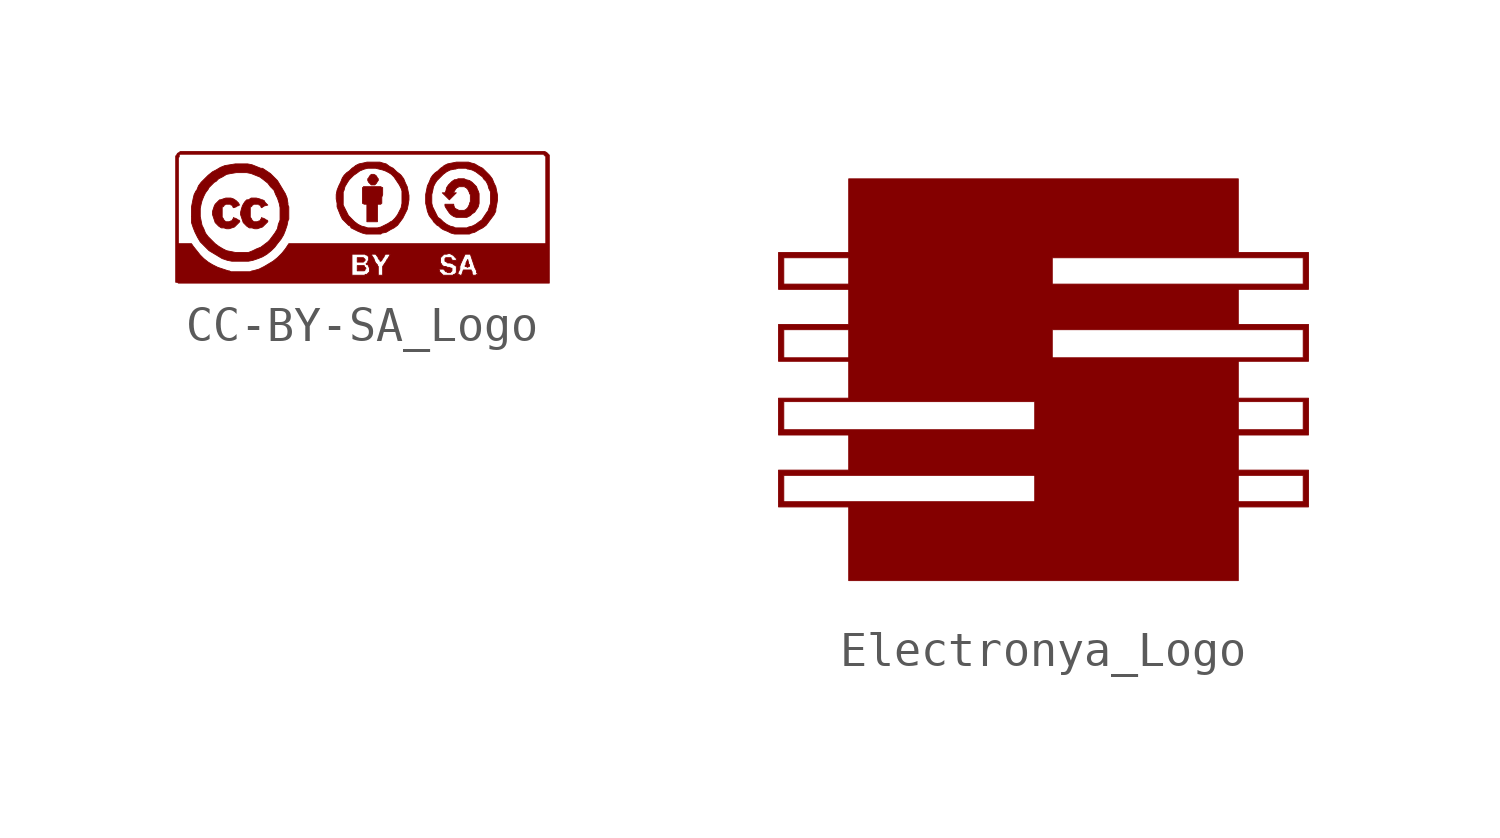
<source format=kicad_sym>
(kicad_symbol_lib
  (version 20211014)
  (generator kicad_symbol_editor)
  (symbol "CC-BY-SA_Logo"
    (pin_names
      (offset 1.016))
    (property "Reference" "#G"
      (at 0 -1.143 0)
      (effects (font (size 1.524 1.524)) hide))
    (symbol "CC-BY-SA_Logo_0_0"
      (polyline (pts (xy 0.076 -1.245) (xy 0.076 -1.219) (xy 0.025 -1.168) (xy -0.152 -1.168) (xy -0.152 -1.295) (xy 0.025 -1.295) (xy 0.076 -1.245)) (stroke (width 0.025) (type default) (color 0 0 0 0)) (fill (type outline)))
      (polyline (pts (xy 0.076 -1.524) (xy 0.076 -1.499) (xy 0.102 -1.473) (xy 0.051 -1.422) (xy 0.051 -1.397) (xy -0.152 -1.397) (xy -0.152 -1.549) (xy 0.051 -1.549) (xy 0.076 -1.524)) (stroke (width 0.025) (type default) (color 0 0 0 0)) (fill (type outline)))
      (polyline (pts (xy 3.073 -1.422) (xy 3.099 -1.422) (xy 3.099 -1.372) (xy 3.073 -1.346) (xy 3.073 -1.321) (xy 3.048 -1.219) (xy 2.997 -1.321) (xy 2.997 -1.372) (xy 2.972 -1.397) (xy 2.972 -1.422) (xy 2.997 -1.422) (xy 3.048 -1.448) (xy 3.073 -1.422)) (stroke (width 0.025) (type default) (color 0 0 0 0)) (fill (type outline)))
      (polyline (pts (xy 0.406 0.991) (xy 0.432 1.041) (xy 0.457 1.067) (xy 0.457 1.118) (xy 0.432 1.143) (xy 0.406 1.194) (xy 0.381 1.219) (xy 0.33 1.245) (xy 0.254 1.245) (xy 0.203 1.194) (xy 0.178 1.143) (xy 0.152 1.118) (xy 0.152 1.067) (xy 0.178 1.016) (xy 0.254 0.94) (xy 0.356 0.94) (xy 0.406 0.991)) (stroke (width 0.025) (type default) (color 0 0 0 0)) (fill (type outline)))
      (polyline (pts (xy 0.432 0.381) (xy 0.533 0.381) (xy 0.533 0.406) (xy 0.559 0.406) (xy 0.559 0.584) (xy 0.584 0.66) (xy 0.584 0.864) (xy 0.559 0.864) (xy 0.533 0.889) (xy 0.025 0.889) (xy 0.025 0.864) (xy 0 0.864) (xy 0 0.406) (xy 0.051 0.381) (xy 0.127 0.381) (xy 0.127 -0.127) (xy 0.432 -0.127) (xy 0.432 0.381)) (stroke (width 0.025) (type default) (color 0 0 0 0)) (fill (type outline)))
      (polyline (pts (xy -3.708 -0.279) (xy -3.556 -0.127) (xy -3.556 -0.102) (xy -3.581 -0.076) (xy -3.607 -0.076) (xy -3.632 -0.051) (xy -3.683 -0.025) (xy -3.708 -0.025) (xy -3.734 0) (xy -3.734 -0.025) (xy -3.759 -0.051) (xy -3.785 -0.102) (xy -3.81 -0.102) (xy -3.861 -0.127) (xy -3.962 -0.127) (xy -4.013 -0.076) (xy -4.039 -0.025) (xy -4.064 0) (xy -4.064 0.305) (xy -4.039 0.305) (xy -4.013 0.33) (xy -4.013 0.356) (xy -3.988 0.356) (xy -3.962 0.381) (xy -3.81 0.381) (xy -3.81 0.356) (xy -3.785 0.356) (xy -3.759 0.33) (xy -3.759 0.305) (xy -3.734 0.279) (xy -3.658 0.305) (xy -3.632 0.33) (xy -3.607 0.33) (xy -3.581 0.356) (xy -3.556 0.356) (xy -3.581 0.381) (xy -3.581 0.406) (xy -3.658 0.483) (xy -3.734 0.533) (xy -3.81 0.559) (xy -3.962 0.559) (xy -4.115 0.508) (xy -4.14 0.508) (xy -4.267 0.381) (xy -4.293 0.33) (xy -4.343 0.178) (xy -4.343 0.076) (xy -4.267 -0.152) (xy -4.166 -0.254) (xy -4.089 -0.305) (xy -4.013 -0.305) (xy -3.937 -0.33) (xy -3.861 -0.33) (xy -3.708 -0.279)) (stroke (width 0.025) (type default) (color 0 0 0 0)) (fill (type outline)))
      (polyline (pts (xy -2.896 -0.279) (xy -2.743 -0.127) (xy -2.743 -0.102) (xy -2.769 -0.076) (xy -2.794 -0.076) (xy -2.819 -0.051) (xy -2.87 -0.025) (xy -2.896 -0.025) (xy -2.921 0) (xy -2.921 -0.025) (xy -2.946 -0.051) (xy -2.972 -0.102) (xy -2.997 -0.102) (xy -3.048 -0.127) (xy -3.15 -0.127) (xy -3.2 -0.076) (xy -3.226 -0.025) (xy -3.251 0) (xy -3.251 0.305) (xy -3.226 0.305) (xy -3.2 0.33) (xy -3.2 0.356) (xy -3.175 0.356) (xy -3.15 0.381) (xy -2.997 0.381) (xy -2.997 0.356) (xy -2.972 0.356) (xy -2.946 0.33) (xy -2.946 0.305) (xy -2.921 0.279) (xy -2.845 0.33) (xy -2.743 0.356) (xy -2.819 0.432) (xy -2.845 0.483) (xy -2.896 0.508) (xy -2.921 0.508) (xy -2.972 0.533) (xy -3.073 0.559) (xy -3.226 0.559) (xy -3.302 0.508) (xy -3.353 0.508) (xy -3.404 0.457) (xy -3.454 0.381) (xy -3.48 0.33) (xy -3.505 0.254) (xy -3.531 0.152) (xy -3.531 0.076) (xy -3.454 -0.152) (xy -3.353 -0.254) (xy -3.277 -0.305) (xy -3.2 -0.305) (xy -3.124 -0.33) (xy -3.048 -0.33) (xy -2.896 -0.279)) (stroke (width 0.025) (type default) (color 0 0 0 0)) (fill (type outline)))
      (polyline (pts (xy 3.124 0.051) (xy 3.175 0.102) (xy 3.251 0.152) (xy 3.353 0.305) (xy 3.378 0.406) (xy 3.378 0.686) (xy 3.353 0.762) (xy 3.327 0.813) (xy 3.302 0.889) (xy 3.175 1.016) (xy 3.099 1.067) (xy 2.997 1.092) (xy 2.946 1.118) (xy 2.769 1.118) (xy 2.718 1.092) (xy 2.667 1.092) (xy 2.591 1.041) (xy 2.489 0.94) (xy 2.438 0.864) (xy 2.413 0.762) (xy 2.388 0.711) (xy 2.311 0.711) (xy 2.515 0.508) (xy 2.718 0.711) (xy 2.642 0.711) (xy 2.642 0.737) (xy 2.667 0.762) (xy 2.692 0.813) (xy 2.743 0.864) (xy 2.769 0.864) (xy 2.769 0.889) (xy 2.972 0.889) (xy 2.972 0.864) (xy 2.997 0.864) (xy 3.048 0.813) (xy 3.099 0.711) (xy 3.099 0.686) (xy 3.124 0.66) (xy 3.124 0.457) (xy 3.099 0.406) (xy 3.099 0.381) (xy 3.048 0.279) (xy 2.997 0.229) (xy 2.946 0.203) (xy 2.794 0.203) (xy 2.692 0.254) (xy 2.667 0.279) (xy 2.642 0.356) (xy 2.642 0.381) (xy 2.388 0.381) (xy 2.388 0.33) (xy 2.413 0.279) (xy 2.515 0.127) (xy 2.565 0.076) (xy 2.642 0.025) (xy 2.718 0) (xy 3.023 0) (xy 3.124 0.051)) (stroke (width 0.025) (type default) (color 0 0 0 0)) (fill (type outline)))
      (polyline (pts (xy 0.559 -0.457) (xy 0.686 -0.432) (xy 0.813 -0.356) (xy 0.914 -0.305) (xy 1.016 -0.229) (xy 1.168 -0.025) (xy 1.295 0.229) (xy 1.321 0.356) (xy 1.346 0.508) (xy 1.346 0.635) (xy 1.295 0.889) (xy 1.245 0.991) (xy 1.194 1.118) (xy 1.118 1.219) (xy 1.092 1.245) (xy 0.991 1.321) (xy 0.889 1.422) (xy 0.787 1.473) (xy 0.686 1.549) (xy 0.584 1.575) (xy 0.508 1.6) (xy 0.127 1.6) (xy 0.025 1.575) (xy -0.102 1.549) (xy -0.203 1.499) (xy -0.229 1.473) (xy -0.305 1.422) (xy -0.381 1.346) (xy -0.457 1.295) (xy -0.533 1.219) (xy -0.584 1.143) (xy -0.635 1.016) (xy -0.686 0.914) (xy -0.737 0.787) (xy -0.762 0.66) (xy -0.762 0.533) (xy -0.737 0.406) (xy -0.737 0.356) (xy -0.559 0.356) (xy -0.559 0.737) (xy -0.533 0.787) (xy -0.508 0.889) (xy -0.432 1.016) (xy -0.381 1.092) (xy -0.254 1.219) (xy -0.178 1.27) (xy -0.076 1.346) (xy 0.051 1.397) (xy 0.152 1.422) (xy 0.381 1.422) (xy 0.584 1.372) (xy 0.66 1.346) (xy 0.762 1.295) (xy 0.838 1.245) (xy 0.914 1.168) (xy 1.067 0.94) (xy 1.118 0.838) (xy 1.143 0.762) (xy 1.143 0.406) (xy 1.118 0.279) (xy 1.016 0.076) (xy 0.94 -0.025) (xy 0.864 -0.102) (xy 0.813 -0.127) (xy 0.737 -0.178) (xy 0.533 -0.279) (xy 0.432 -0.305) (xy 0.152 -0.305) (xy 0.076 -0.279) (xy -0.025 -0.254) (xy -0.127 -0.203) (xy -0.229 -0.127) (xy -0.406 0.051) (xy -0.559 0.356) (xy -0.737 0.356) (xy -0.737 0.305) (xy -0.635 0.051) (xy -0.584 -0.051) (xy -0.406 -0.229) (xy -0.356 -0.254) (xy -0.33 -0.305) (xy -0.127 -0.406) (xy 0 -0.457) (xy 0.102 -0.483) (xy 0.533 -0.483) (xy 0.559 -0.457)) (stroke (width 0.025) (type default) (color 0 0 0 0)) (fill (type outline)))
      (polyline (pts (xy 3.15 -0.457) (xy 3.251 -0.432) (xy 3.378 -0.356) (xy 3.48 -0.305) (xy 3.581 -0.229) (xy 3.81 0.076) (xy 3.861 0.178) (xy 3.861 0.229) (xy 3.886 0.356) (xy 3.912 0.508) (xy 3.912 0.635) (xy 3.861 0.889) (xy 3.81 0.991) (xy 3.759 1.118) (xy 3.683 1.219) (xy 3.48 1.422) (xy 3.378 1.473) (xy 3.251 1.549) (xy 3.15 1.575) (xy 3.073 1.6) (xy 2.718 1.6) (xy 2.464 1.549) (xy 2.362 1.499) (xy 2.337 1.473) (xy 2.261 1.422) (xy 2.184 1.346) (xy 2.108 1.295) (xy 2.032 1.219) (xy 1.981 1.143) (xy 1.93 1.016) (xy 1.88 0.914) (xy 1.829 0.66) (xy 1.829 0.406) (xy 2.007 0.406) (xy 2.007 0.66) (xy 2.032 0.762) (xy 2.057 0.889) (xy 2.108 0.991) (xy 2.159 1.067) (xy 2.337 1.245) (xy 2.438 1.321) (xy 2.54 1.372) (xy 2.667 1.397) (xy 2.692 1.397) (xy 2.769 1.422) (xy 2.997 1.422) (xy 3.048 1.397) (xy 3.073 1.397) (xy 3.175 1.372) (xy 3.277 1.321) (xy 3.48 1.168) (xy 3.505 1.118) (xy 3.581 1.041) (xy 3.632 0.94) (xy 3.658 0.838) (xy 3.708 0.737) (xy 3.708 0.406) (xy 3.632 0.178) (xy 3.607 0.152) (xy 3.454 -0.076) (xy 3.378 -0.127) (xy 3.277 -0.203) (xy 3.175 -0.254) (xy 3.073 -0.279) (xy 3.023 -0.305) (xy 2.692 -0.305) (xy 2.642 -0.279) (xy 2.54 -0.254) (xy 2.438 -0.203) (xy 2.337 -0.127) (xy 2.261 -0.051) (xy 2.184 0) (xy 2.032 0.305) (xy 2.007 0.406) (xy 1.829 0.406) (xy 1.854 0.305) (xy 1.88 0.178) (xy 1.93 0.051) (xy 2.007 -0.051) (xy 2.032 -0.076) (xy 2.057 -0.127) (xy 2.159 -0.229) (xy 2.21 -0.254) (xy 2.261 -0.305) (xy 2.337 -0.356) (xy 2.464 -0.406) (xy 2.565 -0.457) (xy 2.667 -0.483) (xy 3.099 -0.483) (xy 3.15 -0.457)) (stroke (width 0.025) (type default) (color 0 0 0 0)) (fill (type outline)))
      (polyline (pts (xy -3.175 -1.245) (xy -3.023 -1.194) (xy -2.896 -1.143) (xy -2.769 -1.067) (xy -2.642 -0.965) (xy -2.54 -0.864) (xy -2.464 -0.762) (xy -2.362 -0.635) (xy -2.286 -0.508) (xy -2.235 -0.381) (xy -2.184 -0.229) (xy -2.159 -0.102) (xy -2.134 -0.051) (xy -2.134 0.305) (xy -2.159 0.356) (xy -2.159 0.406) (xy -2.184 0.559) (xy -2.235 0.686) (xy -2.464 1.067) (xy -2.667 1.27) (xy -2.896 1.422) (xy -2.946 1.422) (xy -3.2 1.524) (xy -3.327 1.549) (xy -3.683 1.549) (xy -3.988 1.499) (xy -4.115 1.448) (xy -4.242 1.372) (xy -4.343 1.321) (xy -4.47 1.219) (xy -4.674 1.016) (xy -4.75 0.914) (xy -4.801 0.787) (xy -4.826 0.762) (xy -4.877 0.66) (xy -4.902 0.559) (xy -4.953 0.305) (xy -4.953 0.025) (xy -4.699 0.025) (xy -4.699 0.254) (xy -4.674 0.381) (xy -4.648 0.483) (xy -4.597 0.61) (xy -4.547 0.711) (xy -4.47 0.813) (xy -4.445 0.864) (xy -4.293 1.016) (xy -4.242 1.041) (xy -4.166 1.118) (xy -4.064 1.168) (xy -3.937 1.245) (xy -3.81 1.27) (xy -3.658 1.295) (xy -3.353 1.295) (xy -3.226 1.27) (xy -2.972 1.168) (xy -2.87 1.092) (xy -2.743 0.991) (xy -2.667 0.889) (xy -2.565 0.787) (xy -2.515 0.66) (xy -2.464 0.559) (xy -2.413 0.406) (xy -2.388 0.279) (xy -2.388 -0.076) (xy -2.438 -0.203) (xy -2.464 -0.33) (xy -2.54 -0.457) (xy -2.692 -0.66) (xy -2.743 -0.711) (xy -2.946 -0.864) (xy -3.073 -0.914) (xy -3.175 -0.965) (xy -3.302 -1.016) (xy -3.683 -1.016) (xy -3.937 -0.965) (xy -4.039 -0.914) (xy -4.166 -0.838) (xy -4.267 -0.762) (xy -4.47 -0.559) (xy -4.547 -0.457) (xy -4.597 -0.33) (xy -4.648 -0.229) (xy -4.699 0.025) (xy -4.953 0.025) (xy -4.953 -0.152) (xy -4.902 -0.305) (xy -4.851 -0.432) (xy -4.775 -0.584) (xy -4.699 -0.711) (xy -4.445 -0.965) (xy -4.064 -1.194) (xy -3.912 -1.245) (xy -3.785 -1.27) (xy -3.302 -1.27) (xy -3.175 -1.245)) (stroke (width 0.025) (type default) (color 0 0 0 0)) (fill (type outline)))
      (polyline (pts (xy 5.41 1.803) (xy 5.334 1.88) (xy 5.283 1.905) (xy -5.283 1.905) (xy -5.309 1.88) (xy -5.359 1.854) (xy -5.385 1.803) (xy -5.41 1.778) (xy -5.41 -0.762) (xy -5.334 -0.762) (xy -5.334 1.727) (xy -5.309 1.753) (xy -5.309 1.803) (xy -5.283 1.829) (xy 5.258 1.829) (xy 5.258 1.803) (xy 5.283 1.803) (xy 5.283 1.778) (xy 5.309 1.778) (xy 5.309 -0.762) (xy -2.134 -0.762) (xy -2.235 -0.914) (xy -2.337 -1.041) (xy -2.464 -1.168) (xy -2.591 -1.27) (xy -2.845 -1.422) (xy -2.997 -1.499) (xy -3.175 -1.549) (xy -3.2 -1.549) (xy -3.251 -1.575) (xy -3.81 -1.575) (xy -3.861 -1.549) (xy -3.886 -1.549) (xy -4.191 -1.448) (xy -4.343 -1.372) (xy -4.47 -1.295) (xy -4.597 -1.194) (xy -4.699 -1.092) (xy -4.902 -0.838) (xy -4.953 -0.762) (xy -5.334 -0.762) (xy -5.41 -0.762) (xy -5.41 -1.676) (xy -0.305 -1.676) (xy -0.305 -1.067) (xy 0.076 -1.067) (xy 0.254 -1.067) (xy 0.381 -1.067) (xy 0.457 -1.168) (xy 0.457 -1.194) (xy 0.508 -1.245) (xy 0.508 -1.27) (xy 0.533 -1.27) (xy 0.559 -1.245) (xy 0.584 -1.194) (xy 0.61 -1.168) (xy 0.66 -1.067) (xy 0.813 -1.067) (xy 0.787 -1.092) (xy 0.787 -1.118) (xy 0.762 -1.143) (xy 0.737 -1.194) (xy 0.711 -1.219) (xy 0.686 -1.27) (xy 0.584 -1.422) (xy 0.584 -1.499) (xy 2.21 -1.499) (xy 2.362 -1.499) (xy 2.362 -1.524) (xy 2.388 -1.524) (xy 2.388 -1.549) (xy 2.413 -1.575) (xy 2.438 -1.575) (xy 2.464 -1.6) (xy 2.54 -1.6) (xy 2.591 -1.549) (xy 2.591 -1.473) (xy 2.565 -1.473) (xy 2.515 -1.448) (xy 2.464 -1.448) (xy 2.413 -1.422) (xy 2.362 -1.422) (xy 2.311 -1.397) (xy 2.286 -1.346) (xy 2.261 -1.321) (xy 2.261 -1.168) (xy 2.362 -1.067) (xy 2.438 -1.067) (xy 2.515 -1.041) (xy 2.616 -1.092) (xy 2.642 -1.118) (xy 2.667 -1.118) (xy 2.667 -1.143) (xy 2.718 -1.194) (xy 2.718 -1.245) (xy 2.591 -1.245) (xy 2.591 -1.219) (xy 2.565 -1.194) (xy 2.565 -1.168) (xy 2.413 -1.168) (xy 2.388 -1.194) (xy 2.388 -1.27) (xy 2.438 -1.295) (xy 2.464 -1.321) (xy 2.54 -1.321) (xy 2.616 -1.346) (xy 2.642 -1.372) (xy 2.692 -1.397) (xy 2.718 -1.422) (xy 2.718 -1.6) (xy 2.667 -1.651) (xy 2.743 -1.651) (xy 2.769 -1.626) (xy 2.769 -1.6) (xy 2.819 -1.499) (xy 2.819 -1.422) (xy 2.845 -1.346) (xy 2.972 -1.067) (xy 3.124 -1.067) (xy 3.251 -1.448) (xy 3.302 -1.549) (xy 3.302 -1.6) (xy 3.327 -1.626) (xy 3.327 -1.651) (xy 3.302 -1.651) (xy 3.277 -1.676) (xy 3.2 -1.676) (xy 3.175 -1.626) (xy 3.175 -1.575) (xy 3.15 -1.549) (xy 3.15 -1.524) (xy 2.921 -1.524) (xy 2.87 -1.676) (xy 2.819 -1.676) (xy 2.794 -1.651) (xy 2.743 -1.651) (xy 2.667 -1.651) (xy 2.642 -1.651) (xy 2.616 -1.676) (xy 2.337 -1.676) (xy 2.235 -1.575) (xy 2.235 -1.549) (xy 2.21 -1.499) (xy 0.584 -1.499) (xy 0.584 -1.676) (xy 0.457 -1.676) (xy 0.457 -1.422) (xy 0.432 -1.397) (xy 0.432 -1.372) (xy 0.381 -1.321) (xy 0.356 -1.27) (xy 0.33 -1.194) (xy 0.279 -1.118) (xy 0.254 -1.067) (xy 0.076 -1.067) (xy 0.102 -1.092) (xy 0.127 -1.092) (xy 0.178 -1.143) (xy 0.178 -1.245) (xy 0.152 -1.27) (xy 0.152 -1.321) (xy 0.127 -1.321) (xy 0.102 -1.346) (xy 0.127 -1.372) (xy 0.152 -1.372) (xy 0.178 -1.397) (xy 0.178 -1.422) (xy 0.203 -1.473) (xy 0.203 -1.575) (xy 0.127 -1.651) (xy 0.076 -1.651) (xy 0.076 -1.676) (xy -0.305 -1.676) (xy -5.41 -1.676) (xy -5.41 -1.88) (xy -5.359 -1.88) (xy -5.334 -1.905) (xy 5.41 -1.905) (xy 5.41 1.803)) (stroke (width 0.025) (type default) (color 0 0 0 0)) (fill (type outline)))))
  (symbol "Electronya_Logo"
    (pin_names
      (offset 1.016))
    (property "Reference" "#G"
      (at 0 -5.029 0)
      (effects (font (size 1.524 1.524)) hide))
    (symbol "Electronya_Logo_0_0"
      (polyline (pts (xy 5.639 -3.708) (xy 7.671 -3.708) (xy 7.671 -2.642) (xy 5.639 -2.642) (xy 5.639 -1.626) (xy 7.671 -1.626) (xy 7.671 -0.559) (xy 5.639 -0.559) (xy 5.639 0.508) (xy 7.671 0.508) (xy 7.671 1.575) (xy 5.639 1.575) (xy 5.639 2.591) (xy 7.671 2.591) (xy 7.671 3.658) (xy 5.639 3.658) (xy 5.639 5.791) (xy -5.639 5.791) (xy -5.639 3.658) (xy -7.671 3.658) (xy -7.671 2.743) (xy -7.518 2.743) (xy -7.518 3.505) (xy -5.639 3.505) (xy -5.639 2.743) (xy 0.254 2.743) (xy 0.254 3.505) (xy 7.518 3.505) (xy 7.518 2.743) (xy 0.254 2.743) (xy -5.639 2.743) (xy -7.518 2.743) (xy -7.671 2.743) (xy -7.671 2.591) (xy -5.639 2.591) (xy -5.639 1.575) (xy -7.671 1.575) (xy -7.671 0.61) (xy -7.518 0.61) (xy -7.518 1.422) (xy -5.639 1.422) (xy -5.639 0.61) (xy 0.254 0.61) (xy 0.254 1.422) (xy 7.518 1.422) (xy 7.518 0.61) (xy 0.254 0.61) (xy -5.639 0.61) (xy -7.518 0.61) (xy -7.671 0.61) (xy -7.671 0.508) (xy -5.639 0.508) (xy -5.639 -0.559) (xy -7.671 -0.559) (xy -7.671 -1.473) (xy -7.518 -1.473) (xy -7.518 -0.66) (xy -0.254 -0.66) (xy -0.254 -1.473) (xy 5.639 -1.473) (xy 5.639 -0.66) (xy 7.518 -0.66) (xy 7.518 -1.473) (xy 5.639 -1.473) (xy -0.254 -1.473) (xy -7.518 -1.473) (xy -7.671 -1.473) (xy -7.671 -1.626) (xy -5.639 -1.626) (xy -5.639 -2.642) (xy -7.671 -2.642) (xy -7.671 -3.556) (xy -7.518 -3.556) (xy -7.518 -2.794) (xy -0.254 -2.794) (xy -0.254 -3.556) (xy 5.639 -3.556) (xy 5.639 -2.794) (xy 7.518 -2.794) (xy 7.518 -3.556) (xy 5.639 -3.556) (xy -0.254 -3.556) (xy -7.518 -3.556) (xy -7.671 -3.556) (xy -7.671 -3.708) (xy -5.639 -3.708) (xy -5.639 -5.842) (xy 5.639 -5.842) (xy 5.639 -3.708)) (stroke (width 0.025) (type default) (color 0 0 0 0)) (fill (type outline))))))
</source>
